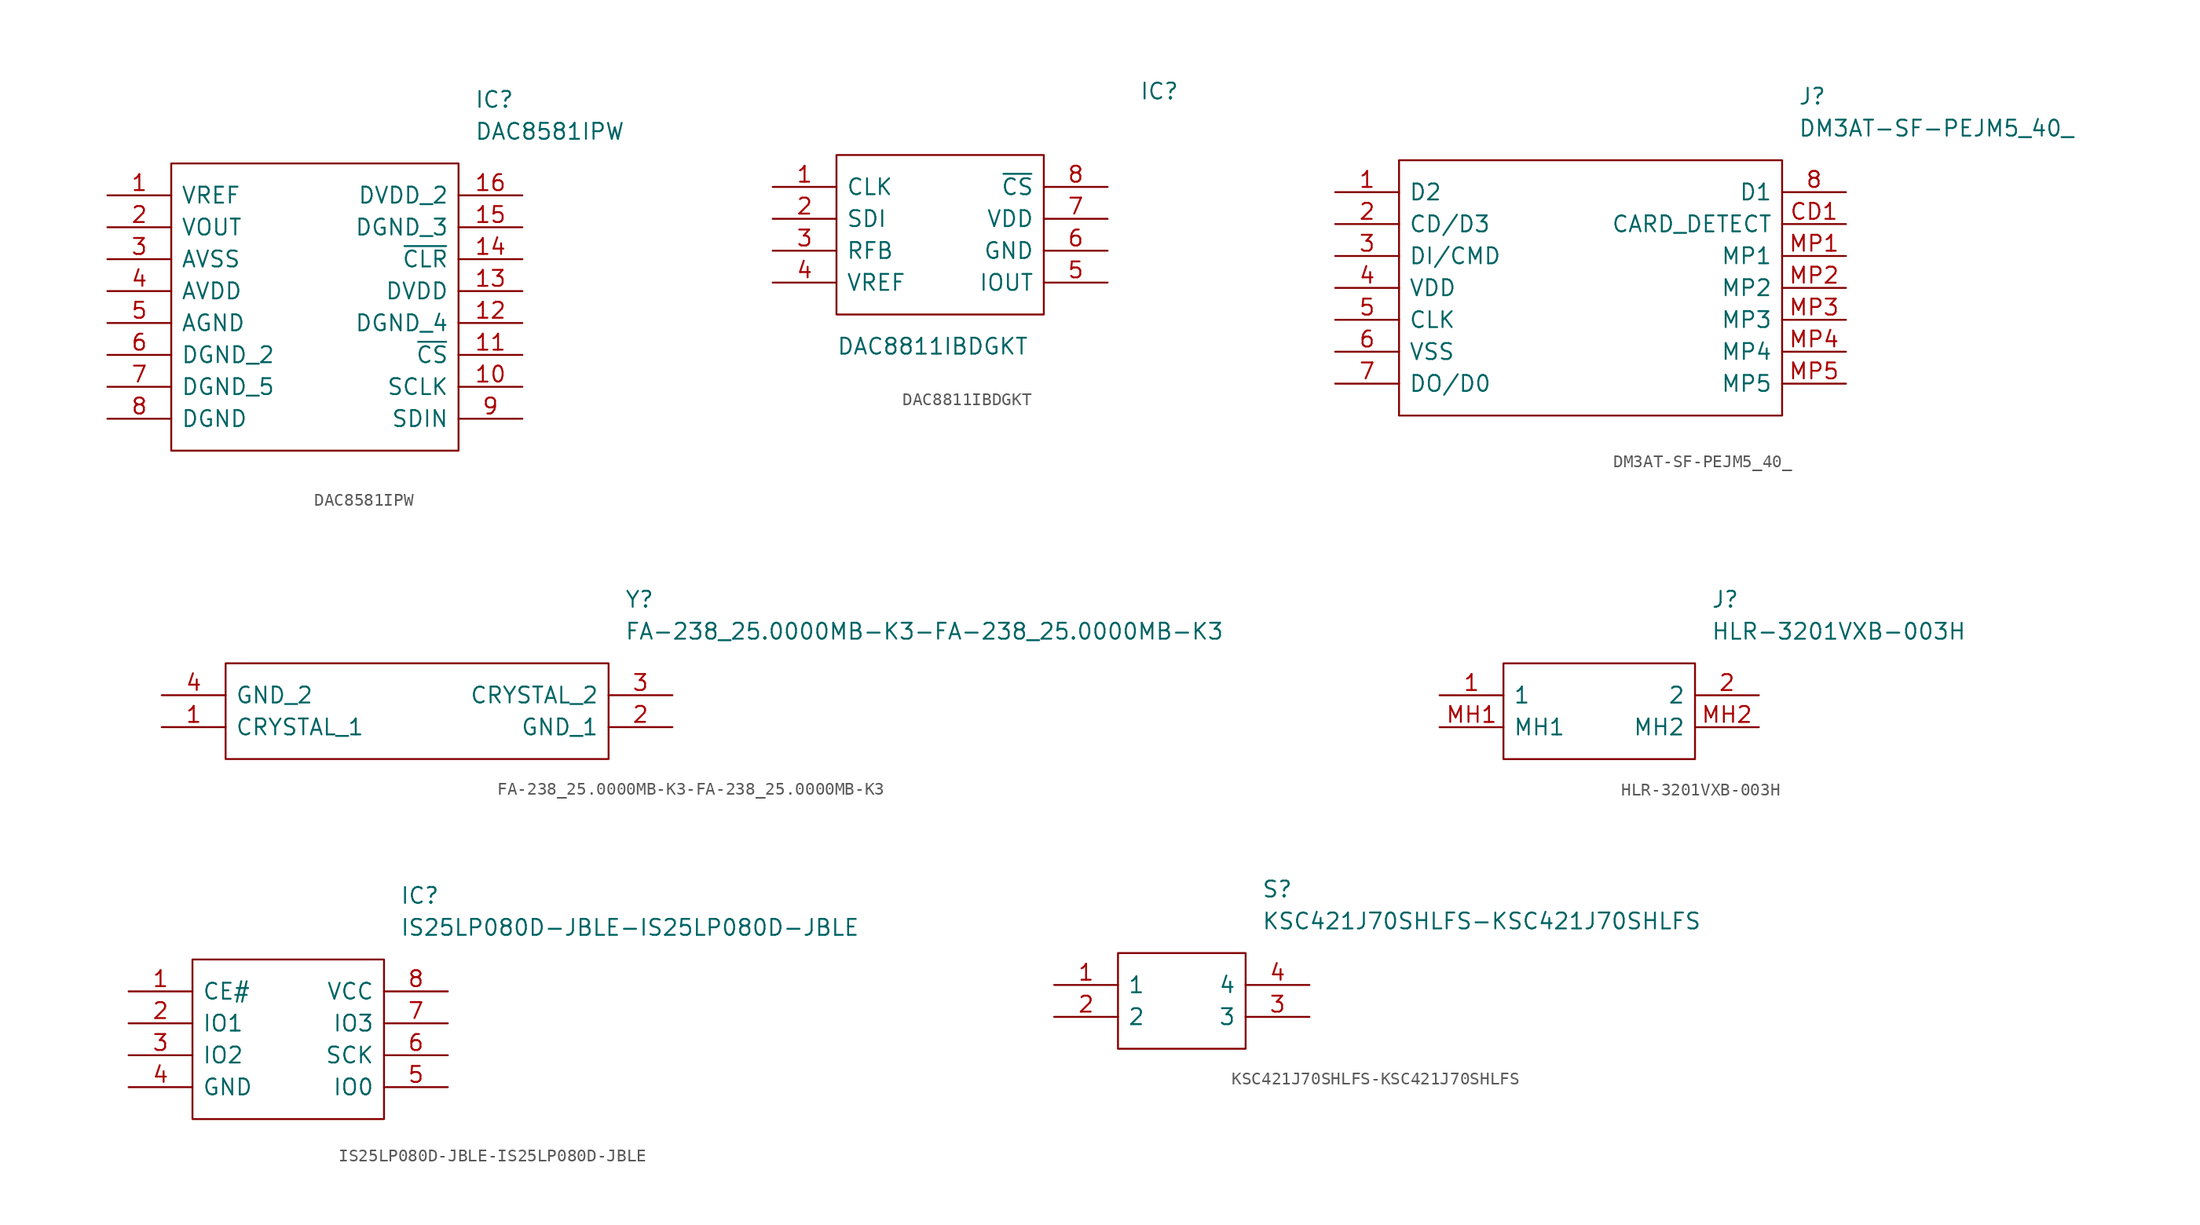
<source format=kicad_sym>
(kicad_symbol_lib
  (version 20220914)
  (generator kicad_symbol_editor)
  (symbol "DAC8581IPW"
    (pin_names
      (offset 0.762))
    (property "Reference" "IC"
      (at 29.21 7.62 0)
      (effects (font (size 1.27 1.27)) (justify left)))
    (property "Value" "DAC8581IPW"
      (at 29.21 5.08 0)
      (effects (font (size 1.27 1.27)) (justify left)))
    (symbol "DAC8581IPW_0_0"
      (pin input line (at 0 0 0) (length 5.08) (name "VREF" (effects (font (size 1.27 1.27)))) (number "1" (effects (font (size 1.27 1.27)))))
      (pin input line (at 33.02 -15.24 180) (length 5.08) (name "SCLK" (effects (font (size 1.27 1.27)))) (number "10" (effects (font (size 1.27 1.27)))))
      (pin input line (at 33.02 -12.7 180) (length 5.08) (name "~{CS}" (effects (font (size 1.27 1.27)))) (number "11" (effects (font (size 1.27 1.27)))))
      (pin power_in line (at 33.02 -10.16 180) (length 5.08) (name "DGND_4" (effects (font (size 1.27 1.27)))) (number "12" (effects (font (size 1.27 1.27)))))
      (pin power_in line (at 33.02 -7.62 180) (length 5.08) (name "DVDD" (effects (font (size 1.27 1.27)))) (number "13" (effects (font (size 1.27 1.27)))))
      (pin input line (at 33.02 -5.08 180) (length 5.08) (name "~{CLR}" (effects (font (size 1.27 1.27)))) (number "14" (effects (font (size 1.27 1.27)))))
      (pin power_in line (at 33.02 -2.54 180) (length 5.08) (name "DGND_3" (effects (font (size 1.27 1.27)))) (number "15" (effects (font (size 1.27 1.27)))))
      (pin power_in line (at 33.02 0 180) (length 5.08) (name "DVDD_2" (effects (font (size 1.27 1.27)))) (number "16" (effects (font (size 1.27 1.27)))))
      (pin output line (at 0 -2.54 0) (length 5.08) (name "VOUT" (effects (font (size 1.27 1.27)))) (number "2" (effects (font (size 1.27 1.27)))))
      (pin power_in line (at 0 -5.08 0) (length 5.08) (name "AVSS" (effects (font (size 1.27 1.27)))) (number "3" (effects (font (size 1.27 1.27)))))
      (pin power_in line (at 0 -7.62 0) (length 5.08) (name "AVDD" (effects (font (size 1.27 1.27)))) (number "4" (effects (font (size 1.27 1.27)))))
      (pin power_in line (at 0 -10.16 0) (length 5.08) (name "AGND" (effects (font (size 1.27 1.27)))) (number "5" (effects (font (size 1.27 1.27)))))
      (pin power_in line (at 0 -12.7 0) (length 5.08) (name "DGND_2" (effects (font (size 1.27 1.27)))) (number "6" (effects (font (size 1.27 1.27)))))
      (pin power_in line (at 0 -15.24 0) (length 5.08) (name "DGND_5" (effects (font (size 1.27 1.27)))) (number "7" (effects (font (size 1.27 1.27)))))
      (pin power_in line (at 0 -17.78 0) (length 5.08) (name "DGND" (effects (font (size 1.27 1.27)))) (number "8" (effects (font (size 1.27 1.27)))))
      (pin input line (at 33.02 -17.78 180) (length 5.08) (name "SDIN" (effects (font (size 1.27 1.27)))) (number "9" (effects (font (size 1.27 1.27))))))
    (symbol "DAC8581IPW_0_1"
      (polyline (pts (xy 5.08 2.54) (xy 27.94 2.54) (xy 27.94 -20.32) (xy 5.08 -20.32) (xy 5.08 2.54)) (stroke (width 0.152) (type solid)) (fill (type none)))))
  (symbol "DAC8811IBDGKT"
    (pin_names
      (offset 0.762))
    (property "Reference" "IC"
      (at 29.21 7.62 0)
      (effects (font (size 1.27 1.27)) (justify left)))
    (property "Value" "DAC8811IBDGKT"
      (at 5.08 -12.7 0)
      (effects (font (size 1.27 1.27)) (justify left)))
    (symbol "DAC8811IBDGKT_0_1"
      (polyline (pts (xy 5.08 2.54) (xy 21.59 2.54) (xy 21.59 -10.16) (xy 5.08 -10.16) (xy 5.08 2.54)) (stroke (width 0.152) (type solid)) (fill (type none))))
    (symbol "DAC8811IBDGKT_1_0"
      (pin input line (at 0 0 0) (length 5.08) (name "CLK" (effects (font (size 1.27 1.27)))) (number "1" (effects (font (size 1.27 1.27)))))
      (pin input line (at 0 -2.54 0) (length 5.08) (name "SDI" (effects (font (size 1.27 1.27)))) (number "2" (effects (font (size 1.27 1.27)))))
      (pin passive line (at 0 -5.08 0) (length 5.08) (name "RFB" (effects (font (size 1.27 1.27)))) (number "3" (effects (font (size 1.27 1.27)))))
      (pin input line (at 0 -7.62 0) (length 5.08) (name "VREF" (effects (font (size 1.27 1.27)))) (number "4" (effects (font (size 1.27 1.27)))))
      (pin output line (at 26.67 -7.62 180) (length 5.08) (name "IOUT" (effects (font (size 1.27 1.27)))) (number "5" (effects (font (size 1.27 1.27)))))
      (pin power_in line (at 26.67 -5.08 180) (length 5.08) (name "GND" (effects (font (size 1.27 1.27)))) (number "6" (effects (font (size 1.27 1.27)))))
      (pin power_in line (at 26.67 -2.54 180) (length 5.08) (name "VDD" (effects (font (size 1.27 1.27)))) (number "7" (effects (font (size 1.27 1.27)))))
      (pin input line (at 26.67 0 180) (length 5.08) (name "~{CS}" (effects (font (size 1.27 1.27)))) (number "8" (effects (font (size 1.27 1.27)))))))
  (symbol "DM3AT-SF-PEJM5_40_"
    (pin_names
      (offset 0.762))
    (property "Reference" "J"
      (at 36.83 7.62 0)
      (effects (font (size 1.27 1.27)) (justify left)))
    (property "Value" "DM3AT-SF-PEJM5_40_"
      (at 36.83 5.08 0)
      (effects (font (size 1.27 1.27)) (justify left)))
    (symbol "DM3AT-SF-PEJM5_40__0_0"
      (pin passive line (at 0 0 0) (length 5.08) (name "D2" (effects (font (size 1.27 1.27)))) (number "1" (effects (font (size 1.27 1.27)))))
      (pin passive line (at 0 -2.54 0) (length 5.08) (name "CD/D3" (effects (font (size 1.27 1.27)))) (number "2" (effects (font (size 1.27 1.27)))))
      (pin passive line (at 0 -5.08 0) (length 5.08) (name "DI/CMD" (effects (font (size 1.27 1.27)))) (number "3" (effects (font (size 1.27 1.27)))))
      (pin passive line (at 0 -7.62 0) (length 5.08) (name "VDD" (effects (font (size 1.27 1.27)))) (number "4" (effects (font (size 1.27 1.27)))))
      (pin passive line (at 0 -10.16 0) (length 5.08) (name "CLK" (effects (font (size 1.27 1.27)))) (number "5" (effects (font (size 1.27 1.27)))))
      (pin passive line (at 0 -12.7 0) (length 5.08) (name "VSS" (effects (font (size 1.27 1.27)))) (number "6" (effects (font (size 1.27 1.27)))))
      (pin passive line (at 0 -15.24 0) (length 5.08) (name "DO/D0" (effects (font (size 1.27 1.27)))) (number "7" (effects (font (size 1.27 1.27)))))
      (pin passive line (at 40.64 0 180) (length 5.08) (name "D1" (effects (font (size 1.27 1.27)))) (number "8" (effects (font (size 1.27 1.27)))))
      (pin passive line (at 40.64 -2.54 180) (length 5.08) (name "CARD_DETECT" (effects (font (size 1.27 1.27)))) (number "CD1" (effects (font (size 1.27 1.27)))))
      (pin passive line (at 40.64 -5.08 180) (length 5.08) (name "MP1" (effects (font (size 1.27 1.27)))) (number "MP1" (effects (font (size 1.27 1.27)))))
      (pin passive line (at 40.64 -7.62 180) (length 5.08) (name "MP2" (effects (font (size 1.27 1.27)))) (number "MP2" (effects (font (size 1.27 1.27)))))
      (pin passive line (at 40.64 -10.16 180) (length 5.08) (name "MP3" (effects (font (size 1.27 1.27)))) (number "MP3" (effects (font (size 1.27 1.27)))))
      (pin passive line (at 40.64 -12.7 180) (length 5.08) (name "MP4" (effects (font (size 1.27 1.27)))) (number "MP4" (effects (font (size 1.27 1.27)))))
      (pin passive line (at 40.64 -15.24 180) (length 5.08) (name "MP5" (effects (font (size 1.27 1.27)))) (number "MP5" (effects (font (size 1.27 1.27))))))
    (symbol "DM3AT-SF-PEJM5_40__0_1"
      (polyline (pts (xy 5.08 2.54) (xy 35.56 2.54) (xy 35.56 -17.78) (xy 5.08 -17.78) (xy 5.08 2.54)) (stroke (width 0.152) (type solid)) (fill (type none)))))
  (symbol "FA-238_25.0000MB-K3-FA-238_25.0000MB-K3"
    (pin_names
      (offset 0.762))
    (property "Reference" "Y"
      (at 36.83 7.62 0)
      (effects (font (size 1.27 1.27)) (justify left)))
    (property "Value" "FA-238_25.0000MB-K3-FA-238_25.0000MB-K3"
      (at 36.83 5.08 0)
      (effects (font (size 1.27 1.27)) (justify left)))
    (symbol "FA-238_25.0000MB-K3-FA-238_25.0000MB-K3_0_0"
      (pin passive line (at 0 -2.54 0) (length 5.08) (name "CRYSTAL_1" (effects (font (size 1.27 1.27)))) (number "1" (effects (font (size 1.27 1.27)))))
      (pin power_in line (at 40.64 -2.54 180) (length 5.08) (name "GND_1" (effects (font (size 1.27 1.27)))) (number "2" (effects (font (size 1.27 1.27)))))
      (pin passive line (at 40.64 0 180) (length 5.08) (name "CRYSTAL_2" (effects (font (size 1.27 1.27)))) (number "3" (effects (font (size 1.27 1.27)))))
      (pin power_in line (at 0 0 0) (length 5.08) (name "GND_2" (effects (font (size 1.27 1.27)))) (number "4" (effects (font (size 1.27 1.27))))))
    (symbol "FA-238_25.0000MB-K3-FA-238_25.0000MB-K3_0_1"
      (polyline (pts (xy 5.08 2.54) (xy 35.56 2.54) (xy 35.56 -5.08) (xy 5.08 -5.08) (xy 5.08 2.54)) (stroke (width 0.152) (type solid)) (fill (type none)))))
  (symbol "HLR-3201VXB-003H"
    (pin_names
      (offset 0.762))
    (property "Reference" "J"
      (at 21.59 7.62 0)
      (effects (font (size 1.27 1.27)) (justify left)))
    (property "Value" "HLR-3201VXB-003H"
      (at 21.59 5.08 0)
      (effects (font (size 1.27 1.27)) (justify left)))
    (symbol "HLR-3201VXB-003H_0_0"
      (pin bidirectional line (at 0 0 0) (length 5.08) (name "1" (effects (font (size 1.27 1.27)))) (number "1" (effects (font (size 1.27 1.27)))))
      (pin bidirectional line (at 25.4 0 180) (length 5.08) (name "2" (effects (font (size 1.27 1.27)))) (number "2" (effects (font (size 1.27 1.27)))))
      (pin bidirectional line (at 0 -2.54 0) (length 5.08) (name "MH1" (effects (font (size 1.27 1.27)))) (number "MH1" (effects (font (size 1.27 1.27)))))
      (pin bidirectional line (at 25.4 -2.54 180) (length 5.08) (name "MH2" (effects (font (size 1.27 1.27)))) (number "MH2" (effects (font (size 1.27 1.27))))))
    (symbol "HLR-3201VXB-003H_0_1"
      (polyline (pts (xy 5.08 2.54) (xy 20.32 2.54) (xy 20.32 -5.08) (xy 5.08 -5.08) (xy 5.08 2.54)) (stroke (width 0.152) (type solid)) (fill (type none)))))
  (symbol "IS25LP080D-JBLE-IS25LP080D-JBLE"
    (pin_names
      (offset 0.762))
    (property "Reference" "IC"
      (at 21.59 7.62 0)
      (effects (font (size 1.27 1.27)) (justify left)))
    (property "Value" "IS25LP080D-JBLE-IS25LP080D-JBLE"
      (at 21.59 5.08 0)
      (effects (font (size 1.27 1.27)) (justify left)))
    (symbol "IS25LP080D-JBLE-IS25LP080D-JBLE_0_0"
      (pin input line (at 0 0 0) (length 5.08) (name "CE#" (effects (font (size 1.27 1.27)))) (number "1" (effects (font (size 1.27 1.27)))))
      (pin bidirectional line (at 0 -2.54 0) (length 5.08) (name "IO1" (effects (font (size 1.27 1.27)))) (number "2" (effects (font (size 1.27 1.27)))))
      (pin bidirectional line (at 0 -5.08 0) (length 5.08) (name "IO2" (effects (font (size 1.27 1.27)))) (number "3" (effects (font (size 1.27 1.27)))))
      (pin power_in line (at 0 -7.62 0) (length 5.08) (name "GND" (effects (font (size 1.27 1.27)))) (number "4" (effects (font (size 1.27 1.27)))))
      (pin bidirectional line (at 25.4 -7.62 180) (length 5.08) (name "IO0" (effects (font (size 1.27 1.27)))) (number "5" (effects (font (size 1.27 1.27)))))
      (pin input line (at 25.4 -5.08 180) (length 5.08) (name "SCK" (effects (font (size 1.27 1.27)))) (number "6" (effects (font (size 1.27 1.27)))))
      (pin bidirectional line (at 25.4 -2.54 180) (length 5.08) (name "IO3" (effects (font (size 1.27 1.27)))) (number "7" (effects (font (size 1.27 1.27)))))
      (pin power_in line (at 25.4 0 180) (length 5.08) (name "VCC" (effects (font (size 1.27 1.27)))) (number "8" (effects (font (size 1.27 1.27))))))
    (symbol "IS25LP080D-JBLE-IS25LP080D-JBLE_0_1"
      (polyline (pts (xy 5.08 2.54) (xy 20.32 2.54) (xy 20.32 -10.16) (xy 5.08 -10.16) (xy 5.08 2.54)) (stroke (width 0.152) (type solid)) (fill (type none)))))
  (symbol "KSC421J70SHLFS-KSC421J70SHLFS"
    (pin_names
      (offset 0.762))
    (property "Reference" "S"
      (at 16.51 7.62 0)
      (effects (font (size 1.27 1.27)) (justify left)))
    (property "Value" "KSC421J70SHLFS-KSC421J70SHLFS"
      (at 16.51 5.08 0)
      (effects (font (size 1.27 1.27)) (justify left)))
    (symbol "KSC421J70SHLFS-KSC421J70SHLFS_0_0"
      (pin passive line (at 0 0 0) (length 5.08) (name "1" (effects (font (size 1.27 1.27)))) (number "1" (effects (font (size 1.27 1.27)))))
      (pin passive line (at 0 -2.54 0) (length 5.08) (name "2" (effects (font (size 1.27 1.27)))) (number "2" (effects (font (size 1.27 1.27)))))
      (pin passive line (at 20.32 -2.54 180) (length 5.08) (name "3" (effects (font (size 1.27 1.27)))) (number "3" (effects (font (size 1.27 1.27)))))
      (pin passive line (at 20.32 0 180) (length 5.08) (name "4" (effects (font (size 1.27 1.27)))) (number "4" (effects (font (size 1.27 1.27))))))
    (symbol "KSC421J70SHLFS-KSC421J70SHLFS_0_1"
      (polyline (pts (xy 5.08 2.54) (xy 15.24 2.54) (xy 15.24 -5.08) (xy 5.08 -5.08) (xy 5.08 2.54)) (stroke (width 0.152) (type solid)) (fill (type none))))))
</source>
